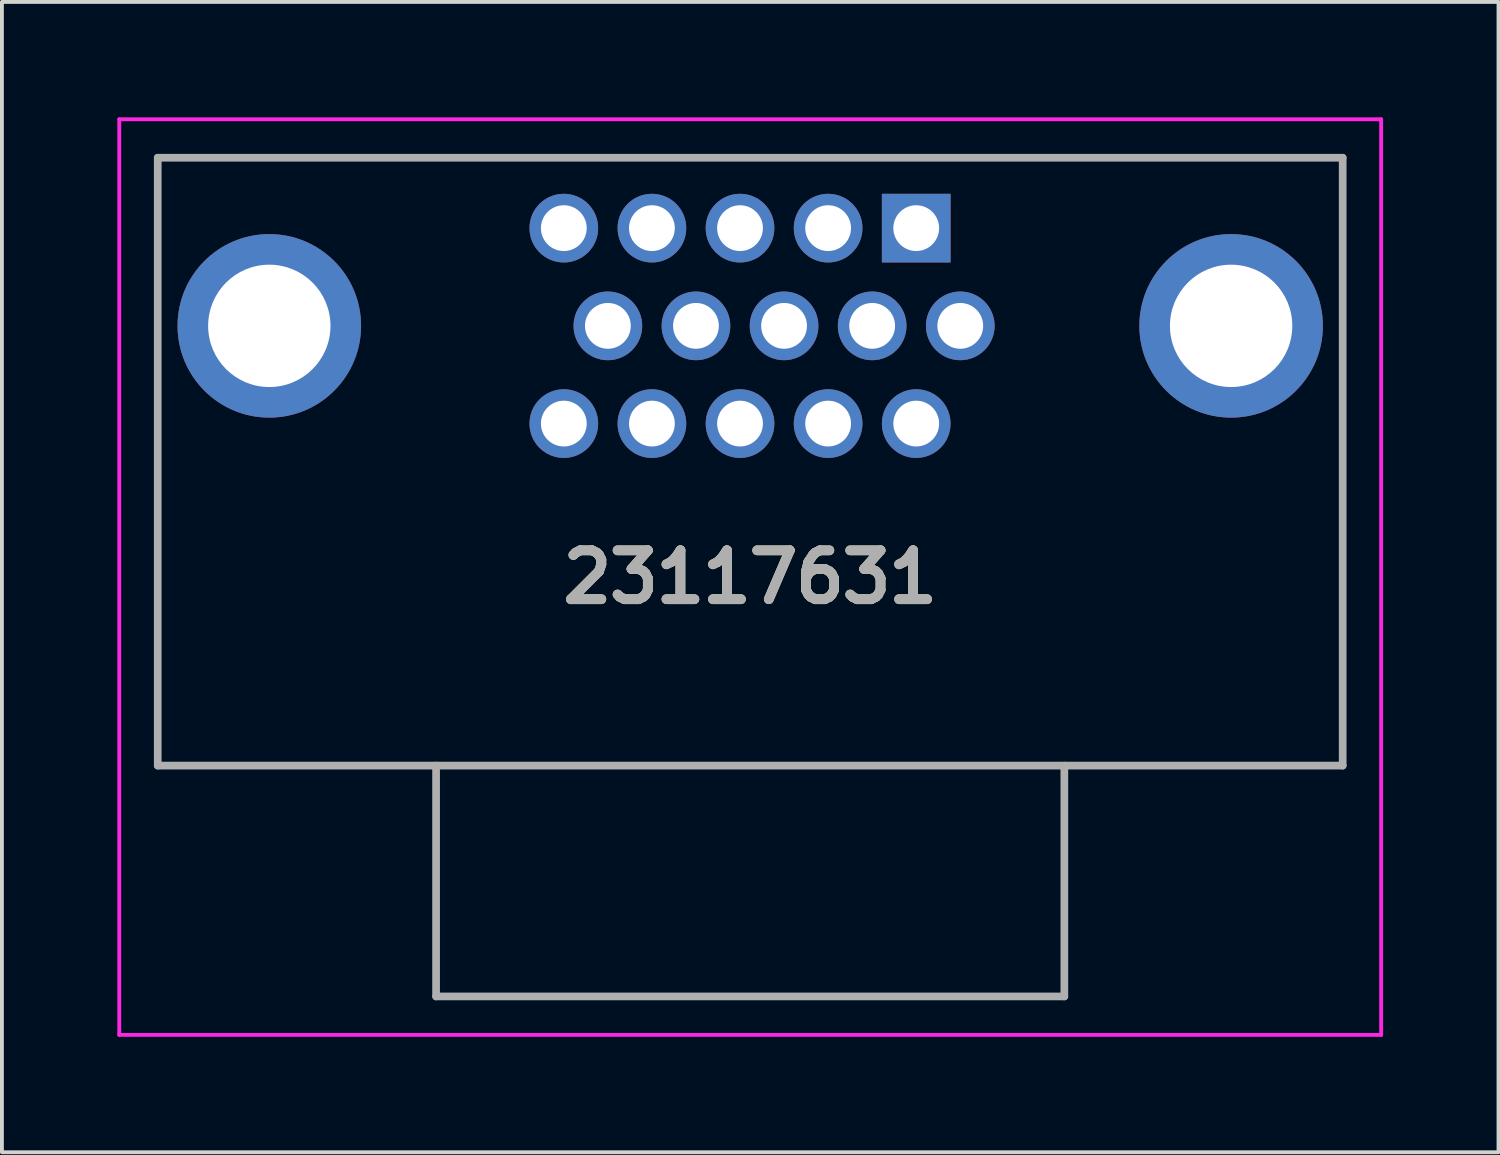
<source format=kicad_pcb>
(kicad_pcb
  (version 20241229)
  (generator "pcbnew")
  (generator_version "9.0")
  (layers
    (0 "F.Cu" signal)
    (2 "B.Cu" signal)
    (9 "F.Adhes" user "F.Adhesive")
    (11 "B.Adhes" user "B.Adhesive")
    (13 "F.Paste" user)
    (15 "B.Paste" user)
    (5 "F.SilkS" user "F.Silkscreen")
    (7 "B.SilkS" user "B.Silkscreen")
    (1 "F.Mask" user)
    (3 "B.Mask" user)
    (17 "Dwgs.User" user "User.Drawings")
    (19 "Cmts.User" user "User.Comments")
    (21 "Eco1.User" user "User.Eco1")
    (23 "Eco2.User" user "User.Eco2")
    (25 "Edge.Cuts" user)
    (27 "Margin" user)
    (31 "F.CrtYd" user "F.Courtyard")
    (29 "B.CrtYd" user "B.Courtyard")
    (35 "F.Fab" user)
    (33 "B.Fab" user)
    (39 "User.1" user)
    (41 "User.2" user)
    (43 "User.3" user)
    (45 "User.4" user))
  (footprint "23117631"
    (layer "F.Cu")
    (at 20.765 2.88)
    (property "Reference" "23117631" (at -4.315 9.07 0) (layer "F.SilkS") (effects (font (size 1.27 1.27) (thickness 0.254))))
    (attr through_hole)
    (fp_line (start -19.715 -1.83) (end 11.085 -1.83) (stroke (width 0.1) (type solid)) (layer "F.SilkS"))
    (fp_line (start -19.715 13.97) (end -19.715 -1.83) (stroke (width 0.1) (type solid)) (layer "F.SilkS"))
    (fp_line (start 11.085 -1.83) (end 11.085 13.97) (stroke (width 0.1) (type solid)) (layer "F.SilkS"))
    (fp_line (start 11.085 13.97) (end -19.715 13.97) (stroke (width 0.1) (type solid)) (layer "F.SilkS"))
    (fp_line (start -20.715 -2.83) (end 12.085 -2.83) (stroke (width 0.1) (type solid)) (layer "F.CrtYd"))
    (fp_line (start -20.715 20.97) (end -20.715 -2.83) (stroke (width 0.1) (type solid)) (layer "F.CrtYd"))
    (fp_line (start 12.085 -2.83) (end 12.085 20.97) (stroke (width 0.1) (type solid)) (layer "F.CrtYd"))
    (fp_line (start 12.085 20.97) (end -20.715 20.97) (stroke (width 0.1) (type solid)) (layer "F.CrtYd"))
    (fp_line (start -19.715 -1.83) (end 11.085 -1.83) (stroke (width 0.2) (type solid)) (layer "F.Fab"))
    (fp_line (start -19.715 13.97) (end -19.715 -1.83) (stroke (width 0.2) (type solid)) (layer "F.Fab"))
    (fp_line (start -12.48 13.97) (end -12.48 19.97) (stroke (width 0.2) (type solid)) (layer "F.Fab"))
    (fp_line (start -12.48 19.97) (end 3.85 19.97) (stroke (width 0.2) (type solid)) (layer "F.Fab"))
    (fp_line (start 3.85 19.97) (end 3.85 13.97) (stroke (width 0.2) (type solid)) (layer "F.Fab"))
    (fp_line (start 11.085 -1.83) (end 11.085 13.97) (stroke (width 0.2) (type solid)) (layer "F.Fab"))
    (fp_line (start 11.085 13.97) (end -19.715 13.97) (stroke (width 0.2) (type solid)) (layer "F.Fab"))
    (fp_text user "${REFERENCE}" (at -4.315 9.07 0) (layer "F.Fab") (effects (font (size 1.27 1.27) (thickness 0.254))))
    (pad "1" thru_hole rect (at 0 0) (size 1.785 1.785) (drill 1.19) (layers "*.Cu" "*.Mask"))
    (pad "2" thru_hole circle (at -2.29 0) (size 1.785 1.785) (drill 1.19) (layers "*.Cu" "*.Mask"))
    (pad "3" thru_hole circle (at -4.58 0) (size 1.785 1.785) (drill 1.19) (layers "*.Cu" "*.Mask"))
    (pad "4" thru_hole circle (at -6.87 0) (size 1.785 1.785) (drill 1.19) (layers "*.Cu" "*.Mask"))
    (pad "5" thru_hole circle (at -9.16 0) (size 1.785 1.785) (drill 1.19) (layers "*.Cu" "*.Mask"))
    (pad "6" thru_hole circle (at 1.145 2.54) (size 1.785 1.785) (drill 1.19) (layers "*.Cu" "*.Mask"))
    (pad "7" thru_hole circle (at -1.145 2.54) (size 1.785 1.785) (drill 1.19) (layers "*.Cu" "*.Mask"))
    (pad "8" thru_hole circle (at -3.435 2.54) (size 1.785 1.785) (drill 1.19) (layers "*.Cu" "*.Mask"))
    (pad "9" thru_hole circle (at -5.725 2.54) (size 1.785 1.785) (drill 1.19) (layers "*.Cu" "*.Mask"))
    (pad "10" thru_hole circle (at -8.015 2.54) (size 1.785 1.785) (drill 1.19) (layers "*.Cu" "*.Mask"))
    (pad "11" thru_hole circle (at 0 5.08) (size 1.785 1.785) (drill 1.19) (layers "*.Cu" "*.Mask"))
    (pad "12" thru_hole circle (at -2.29 5.08) (size 1.785 1.785) (drill 1.19) (layers "*.Cu" "*.Mask"))
    (pad "13" thru_hole circle (at -4.58 5.08) (size 1.785 1.785) (drill 1.19) (layers "*.Cu" "*.Mask"))
    (pad "14" thru_hole circle (at -6.87 5.08) (size 1.785 1.785) (drill 1.19) (layers "*.Cu" "*.Mask"))
    (pad "15" thru_hole circle (at -9.16 5.08) (size 1.785 1.785) (drill 1.19) (layers "*.Cu" "*.Mask"))
    (pad "MH1" thru_hole circle (at 8.185 2.54) (size 4.77 4.77) (drill 3.18) (layers "*.Cu" "*.Mask"))
    (pad "MH2" thru_hole circle (at -16.815 2.54) (size 4.77 4.77) (drill 3.18) (layers "*.Cu" "*.Mask")))
  (gr_rect
    (start -3 -3)
    (end 35.9 26.9)
    (stroke (width 0.1) (type default))
    (fill no)
    (layer "Edge.Cuts")))
</source>
